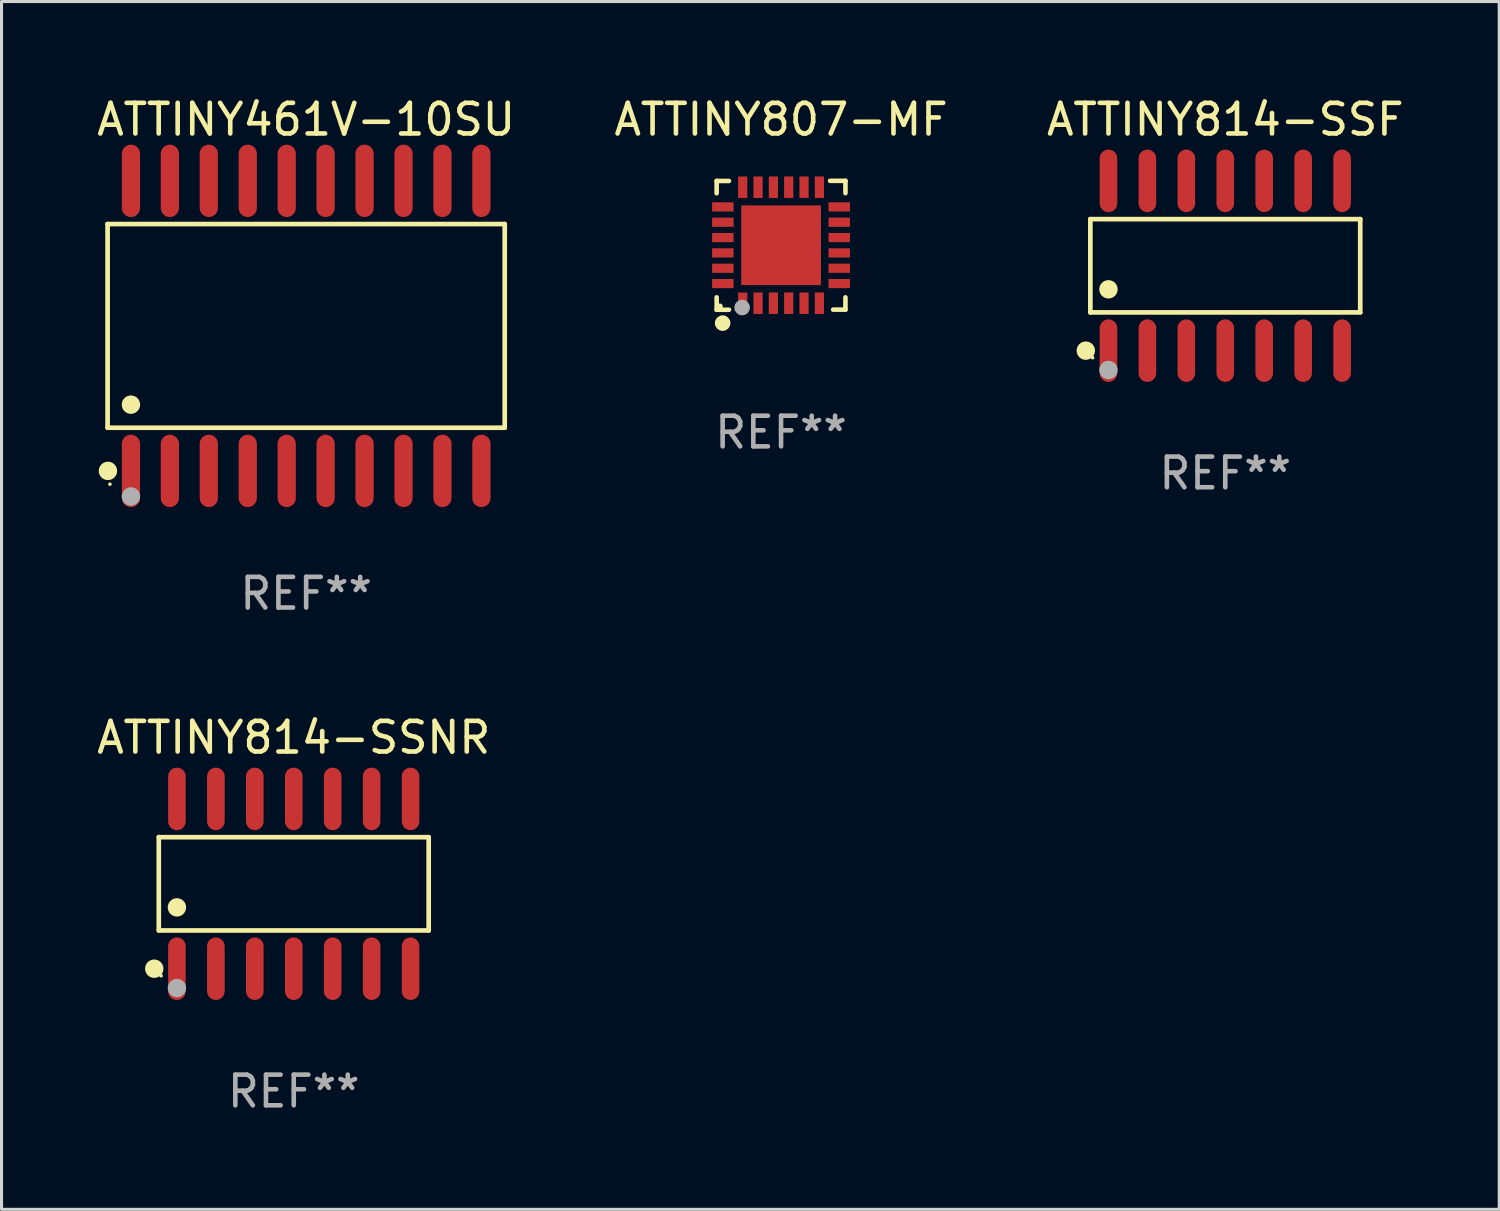
<source format=kicad_pcb>
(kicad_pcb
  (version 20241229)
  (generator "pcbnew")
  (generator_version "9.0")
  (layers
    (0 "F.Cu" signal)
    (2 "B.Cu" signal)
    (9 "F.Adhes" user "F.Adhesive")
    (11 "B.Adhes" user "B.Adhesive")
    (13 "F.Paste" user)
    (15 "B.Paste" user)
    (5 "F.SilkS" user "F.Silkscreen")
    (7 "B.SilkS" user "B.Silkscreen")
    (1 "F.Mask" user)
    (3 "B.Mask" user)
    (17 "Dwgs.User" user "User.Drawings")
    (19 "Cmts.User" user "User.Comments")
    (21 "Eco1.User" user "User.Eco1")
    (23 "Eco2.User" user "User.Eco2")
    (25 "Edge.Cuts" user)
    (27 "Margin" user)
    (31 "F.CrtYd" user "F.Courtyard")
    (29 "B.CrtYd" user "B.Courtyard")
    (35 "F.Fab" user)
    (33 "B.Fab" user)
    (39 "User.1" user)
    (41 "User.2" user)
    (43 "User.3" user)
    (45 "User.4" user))
  (footprint "ATTINY807-MF"
    (layer "F.Cu")
    (at 22.423 4.95)
    (property "Reference" "ATTINY807-MF" (at 0 -4.102 0) (layer "F.SilkS") (effects (font (size 1 1) (thickness 0.15))))
    (attr through_hole)
    (fp_line (start -2.1 -2.098) (end -1.7 -2.098) (stroke (width 0.15) (type solid)) (layer "F.SilkS"))
    (fp_line (start -2.1 -1.698) (end -2.1 -2.098) (stroke (width 0.15) (type solid)) (layer "F.SilkS"))
    (fp_line (start -2.1 2.102) (end -2.1 1.698) (stroke (width 0.15) (type solid)) (layer "F.SilkS"))
    (fp_line (start -1.7 2.102) (end -2.1 2.102) (stroke (width 0.15) (type solid)) (layer "F.SilkS"))
    (fp_line (start 1.6 -2.102) (end 2.1 -2.102) (stroke (width 0.15) (type solid)) (layer "F.SilkS"))
    (fp_line (start 1.7 2.098) (end 2.1 2.098) (stroke (width 0.15) (type solid)) (layer "F.SilkS"))
    (fp_line (start 2.1 -2.102) (end 2.1 -1.702) (stroke (width 0.15) (type solid)) (layer "F.SilkS"))
    (fp_line (start 2.1 2.098) (end 2.1 1.698) (stroke (width 0.15) (type solid)) (layer "F.SilkS"))
    (fp_circle (center -2 1.998) (end -1.95 1.998) (stroke (width 0.1) (type solid)) (fill no) (layer "F.SilkS"))
    (fp_circle (center -1.905 2.538) (end -1.778 2.538) (stroke (width 0.254) (type solid)) (fill no) (layer "F.SilkS"))
    (fp_circle (center -1.27 2.03) (end -1.143 2.03) (stroke (width 0.254) (type solid)) (fill no) (layer "F.Fab"))
    (fp_text user "REF**" (at 0 6.102 0) (layer "F.Fab") (effects (font (size 1 1) (thickness 0.15))))
    (pad "1" smd rect (at -1.25 1.89 180) (size 0.3 0.7) (layers "F.Cu" "F.Mask" "F.Paste"))
    (pad "2" smd rect (at -0.75 1.889 180) (size 0.3 0.7) (layers "F.Cu" "F.Mask" "F.Paste"))
    (pad "3" smd rect (at -0.25 1.889 180) (size 0.3 0.7) (layers "F.Cu" "F.Mask" "F.Paste"))
    (pad "4" smd rect (at 0.25 1.889 180) (size 0.3 0.7) (layers "F.Cu" "F.Mask" "F.Paste"))
    (pad "5" smd rect (at 0.75 1.889 180) (size 0.3 0.7) (layers "F.Cu" "F.Mask" "F.Paste"))
    (pad "6" smd rect (at 1.25 1.889 180) (size 0.3 0.7) (layers "F.Cu" "F.Mask" "F.Paste"))
    (pad "7" smd rect (at 1.898 1.248 270) (size 0.3 0.7) (layers "F.Cu" "F.Mask" "F.Paste"))
    (pad "8" smd rect (at 1.898 0.748 270) (size 0.3 0.7) (layers "F.Cu" "F.Mask" "F.Paste"))
    (pad "9" smd rect (at 1.898 0.248 270) (size 0.3 0.7) (layers "F.Cu" "F.Mask" "F.Paste"))
    (pad "10" smd rect (at 1.898 -0.252 270) (size 0.3 0.7) (layers "F.Cu" "F.Mask" "F.Paste"))
    (pad "11" smd rect (at 1.898 -0.752 270) (size 0.3 0.7) (layers "F.Cu" "F.Mask" "F.Paste"))
    (pad "12" smd rect (at 1.898 -1.252 270) (size 0.3 0.7) (layers "F.Cu" "F.Mask" "F.Paste"))
    (pad "13" smd rect (at 1.25 -1.894) (size 0.3 0.7) (layers "F.Cu" "F.Mask" "F.Paste"))
    (pad "14" smd rect (at 0.75 -1.894) (size 0.3 0.7) (layers "F.Cu" "F.Mask" "F.Paste"))
    (pad "15" smd rect (at 0.25 -1.894) (size 0.3 0.7) (layers "F.Cu" "F.Mask" "F.Paste"))
    (pad "16" smd rect (at -0.25 -1.894) (size 0.3 0.7) (layers "F.Cu" "F.Mask" "F.Paste"))
    (pad "17" smd rect (at -0.75 -1.894) (size 0.3 0.7) (layers "F.Cu" "F.Mask" "F.Paste"))
    (pad "18" smd rect (at -1.25 -1.894) (size 0.3 0.7) (layers "F.Cu" "F.Mask" "F.Paste"))
    (pad "19" smd rect (at -1.898 -1.252 90) (size 0.3 0.7) (layers "F.Cu" "F.Mask" "F.Paste"))
    (pad "20" smd rect (at -1.898 -0.752 90) (size 0.3 0.7) (layers "F.Cu" "F.Mask" "F.Paste"))
    (pad "21" smd rect (at -1.898 -0.252 90) (size 0.3 0.7) (layers "F.Cu" "F.Mask" "F.Paste"))
    (pad "22" smd rect (at -1.898 0.248 90) (size 0.3 0.7) (layers "F.Cu" "F.Mask" "F.Paste"))
    (pad "23" smd rect (at -1.898 0.748 90) (size 0.3 0.7) (layers "F.Cu" "F.Mask" "F.Paste"))
    (pad "24" smd rect (at -1.898 1.248 90) (size 0.3 0.7) (layers "F.Cu" "F.Mask" "F.Paste"))
    (pad "25" smd rect (at 0.001 -0.001 90) (size 2.6 2.6) (layers "F.Cu" "F.Mask" "F.Paste")))
  (footprint "ATTINY461V-10SU"
    (layer "F.Cu")
    (at 6.935 7.578)
    (property "Reference" "ATTINY461V-10SU" (at 0 -6.73 0) (layer "F.SilkS") (effects (font (size 1 1) (thickness 0.15))))
    (attr through_hole)
    (fp_line (start -6.476 -3.321) (end 6.476 -3.321) (stroke (width 0.152) (type solid)) (layer "F.SilkS"))
    (fp_line (start -6.476 3.321) (end -6.476 -3.321) (stroke (width 0.152) (type solid)) (layer "F.SilkS"))
    (fp_line (start 6.476 -3.321) (end 6.476 3.321) (stroke (width 0.152) (type solid)) (layer "F.SilkS"))
    (fp_line (start 6.476 3.321) (end -6.476 3.321) (stroke (width 0.152) (type solid)) (layer "F.SilkS"))
    (fp_circle (center -6.465 4.73) (end -6.315 4.73) (stroke (width 0.3) (type solid)) (fill no) (layer "F.SilkS"))
    (fp_circle (center -6.4 5.163) (end -6.37 5.163) (stroke (width 0.06) (type solid)) (fill no) (layer "F.SilkS"))
    (fp_circle (center -5.715 2.569) (end -5.565 2.569) (stroke (width 0.3) (type solid)) (fill no) (layer "F.SilkS"))
    (fp_circle (center -5.715 5.563) (end -5.565 5.563) (stroke (width 0.3) (type solid)) (fill no) (layer "F.Fab"))
    (fp_text user "REF**" (at 0 8.73 0) (layer "F.Fab") (effects (font (size 1 1) (thickness 0.15))))
    (pad "1" smd oval (at -5.715 4.73) (size 0.595 2.36) (layers "F.Cu" "F.Mask" "F.Paste"))
    (pad "2" smd oval (at -4.445 4.73) (size 0.595 2.36) (layers "F.Cu" "F.Mask" "F.Paste"))
    (pad "3" smd oval (at -3.175 4.73) (size 0.595 2.36) (layers "F.Cu" "F.Mask" "F.Paste"))
    (pad "4" smd oval (at -1.905 4.73) (size 0.595 2.36) (layers "F.Cu" "F.Mask" "F.Paste"))
    (pad "5" smd oval (at -0.635 4.73) (size 0.595 2.36) (layers "F.Cu" "F.Mask" "F.Paste"))
    (pad "6" smd oval (at 0.635 4.73) (size 0.595 2.36) (layers "F.Cu" "F.Mask" "F.Paste"))
    (pad "7" smd oval (at 1.905 4.73) (size 0.595 2.36) (layers "F.Cu" "F.Mask" "F.Paste"))
    (pad "8" smd oval (at 3.175 4.73) (size 0.595 2.36) (layers "F.Cu" "F.Mask" "F.Paste"))
    (pad "9" smd oval (at 4.445 4.73) (size 0.595 2.36) (layers "F.Cu" "F.Mask" "F.Paste"))
    (pad "10" smd oval (at 5.715 4.73) (size 0.595 2.36) (layers "F.Cu" "F.Mask" "F.Paste"))
    (pad "11" smd oval (at 5.715 -4.73) (size 0.595 2.36) (layers "F.Cu" "F.Mask" "F.Paste"))
    (pad "12" smd oval (at 4.445 -4.73) (size 0.595 2.36) (layers "F.Cu" "F.Mask" "F.Paste"))
    (pad "13" smd oval (at 3.175 -4.73) (size 0.595 2.36) (layers "F.Cu" "F.Mask" "F.Paste"))
    (pad "14" smd oval (at 1.905 -4.73) (size 0.595 2.36) (layers "F.Cu" "F.Mask" "F.Paste"))
    (pad "15" smd oval (at 0.635 -4.73) (size 0.595 2.36) (layers "F.Cu" "F.Mask" "F.Paste"))
    (pad "16" smd oval (at -0.635 -4.73) (size 0.595 2.36) (layers "F.Cu" "F.Mask" "F.Paste"))
    (pad "17" smd oval (at -1.905 -4.73) (size 0.595 2.36) (layers "F.Cu" "F.Mask" "F.Paste"))
    (pad "18" smd oval (at -3.175 -4.73) (size 0.595 2.36) (layers "F.Cu" "F.Mask" "F.Paste"))
    (pad "19" smd oval (at -4.445 -4.73) (size 0.595 2.36) (layers "F.Cu" "F.Mask" "F.Paste"))
    (pad "20" smd oval (at -5.715 -4.73) (size 0.595 2.36) (layers "F.Cu" "F.Mask" "F.Paste")))
  (footprint "ATTINY814-SSNR"
    (layer "F.Cu")
    (at 6.53 25.774)
    (property "Reference" "ATTINY814-SSNR" (at 0 -4.769 0) (layer "F.SilkS") (effects (font (size 1 1) (thickness 0.15))))
    (attr through_hole)
    (fp_line (start -4.401 -1.521) (end 4.401 -1.521) (stroke (width 0.152) (type solid)) (layer "F.SilkS"))
    (fp_line (start -4.401 1.521) (end -4.401 -1.521) (stroke (width 0.152) (type solid)) (layer "F.SilkS"))
    (fp_line (start 4.401 -1.521) (end 4.401 1.521) (stroke (width 0.152) (type solid)) (layer "F.SilkS"))
    (fp_line (start 4.401 1.521) (end -4.401 1.521) (stroke (width 0.152) (type solid)) (layer "F.SilkS"))
    (fp_circle (center -4.549 2.769) (end -4.399 2.769) (stroke (width 0.3) (type solid)) (fill no) (layer "F.SilkS"))
    (fp_circle (center -4.325 3) (end -4.295 3) (stroke (width 0.06) (type solid)) (fill no) (layer "F.SilkS"))
    (fp_circle (center -3.81 0.769) (end -3.66 0.769) (stroke (width 0.3) (type solid)) (fill no) (layer "F.SilkS"))
    (fp_circle (center -3.81 3.4) (end -3.66 3.4) (stroke (width 0.3) (type solid)) (fill no) (layer "F.Fab"))
    (fp_text user "REF**" (at 0 6.769 0) (layer "F.Fab") (effects (font (size 1 1) (thickness 0.15))))
    (pad "1" smd oval (at -3.81 2.769) (size 0.574 2.038) (layers "F.Cu" "F.Mask" "F.Paste"))
    (pad "2" smd oval (at -2.54 2.769) (size 0.574 2.038) (layers "F.Cu" "F.Mask" "F.Paste"))
    (pad "3" smd oval (at -1.27 2.769) (size 0.574 2.038) (layers "F.Cu" "F.Mask" "F.Paste"))
    (pad "4" smd oval (at 0 2.769) (size 0.574 2.038) (layers "F.Cu" "F.Mask" "F.Paste"))
    (pad "5" smd oval (at 1.27 2.769) (size 0.574 2.038) (layers "F.Cu" "F.Mask" "F.Paste"))
    (pad "6" smd oval (at 2.54 2.769) (size 0.574 2.038) (layers "F.Cu" "F.Mask" "F.Paste"))
    (pad "7" smd oval (at 3.81 2.769) (size 0.574 2.038) (layers "F.Cu" "F.Mask" "F.Paste"))
    (pad "8" smd oval (at 3.81 -2.769) (size 0.574 2.038) (layers "F.Cu" "F.Mask" "F.Paste"))
    (pad "9" smd oval (at 2.54 -2.769) (size 0.574 2.038) (layers "F.Cu" "F.Mask" "F.Paste"))
    (pad "10" smd oval (at 1.27 -2.769) (size 0.574 2.038) (layers "F.Cu" "F.Mask" "F.Paste"))
    (pad "11" smd oval (at 0 -2.769) (size 0.574 2.038) (layers "F.Cu" "F.Mask" "F.Paste"))
    (pad "12" smd oval (at -1.27 -2.769) (size 0.574 2.038) (layers "F.Cu" "F.Mask" "F.Paste"))
    (pad "13" smd oval (at -2.54 -2.769) (size 0.574 2.038) (layers "F.Cu" "F.Mask" "F.Paste"))
    (pad "14" smd oval (at -3.81 -2.769) (size 0.574 2.038) (layers "F.Cu" "F.Mask" "F.Paste")))
  (footprint "ATTINY814-SSF"
    (layer "F.Cu")
    (at 36.911 5.617)
    (property "Reference" "ATTINY814-SSF" (at 0 -4.769 0) (layer "F.SilkS") (effects (font (size 1 1) (thickness 0.15))))
    (attr through_hole)
    (fp_line (start -4.401 -1.521) (end 4.401 -1.521) (stroke (width 0.152) (type solid)) (layer "F.SilkS"))
    (fp_line (start -4.401 1.521) (end -4.401 -1.521) (stroke (width 0.152) (type solid)) (layer "F.SilkS"))
    (fp_line (start 4.401 -1.521) (end 4.401 1.521) (stroke (width 0.152) (type solid)) (layer "F.SilkS"))
    (fp_line (start 4.401 1.521) (end -4.401 1.521) (stroke (width 0.152) (type solid)) (layer "F.SilkS"))
    (fp_circle (center -4.549 2.769) (end -4.399 2.769) (stroke (width 0.3) (type solid)) (fill no) (layer "F.SilkS"))
    (fp_circle (center -4.325 3) (end -4.295 3) (stroke (width 0.06) (type solid)) (fill no) (layer "F.SilkS"))
    (fp_circle (center -3.81 0.769) (end -3.66 0.769) (stroke (width 0.3) (type solid)) (fill no) (layer "F.SilkS"))
    (fp_circle (center -3.81 3.4) (end -3.66 3.4) (stroke (width 0.3) (type solid)) (fill no) (layer "F.Fab"))
    (fp_text user "REF**" (at 0 6.769 0) (layer "F.Fab") (effects (font (size 1 1) (thickness 0.15))))
    (pad "1" smd oval (at -3.81 2.769) (size 0.574 2.038) (layers "F.Cu" "F.Mask" "F.Paste"))
    (pad "2" smd oval (at -2.54 2.769) (size 0.574 2.038) (layers "F.Cu" "F.Mask" "F.Paste"))
    (pad "3" smd oval (at -1.27 2.769) (size 0.574 2.038) (layers "F.Cu" "F.Mask" "F.Paste"))
    (pad "4" smd oval (at 0 2.769) (size 0.574 2.038) (layers "F.Cu" "F.Mask" "F.Paste"))
    (pad "5" smd oval (at 1.27 2.769) (size 0.574 2.038) (layers "F.Cu" "F.Mask" "F.Paste"))
    (pad "6" smd oval (at 2.54 2.769) (size 0.574 2.038) (layers "F.Cu" "F.Mask" "F.Paste"))
    (pad "7" smd oval (at 3.81 2.769) (size 0.574 2.038) (layers "F.Cu" "F.Mask" "F.Paste"))
    (pad "8" smd oval (at 3.81 -2.769) (size 0.574 2.038) (layers "F.Cu" "F.Mask" "F.Paste"))
    (pad "9" smd oval (at 2.54 -2.769) (size 0.574 2.038) (layers "F.Cu" "F.Mask" "F.Paste"))
    (pad "10" smd oval (at 1.27 -2.769) (size 0.574 2.038) (layers "F.Cu" "F.Mask" "F.Paste"))
    (pad "11" smd oval (at 0 -2.769) (size 0.574 2.038) (layers "F.Cu" "F.Mask" "F.Paste"))
    (pad "12" smd oval (at -1.27 -2.769) (size 0.574 2.038) (layers "F.Cu" "F.Mask" "F.Paste"))
    (pad "13" smd oval (at -2.54 -2.769) (size 0.574 2.038) (layers "F.Cu" "F.Mask" "F.Paste"))
    (pad "14" smd oval (at -3.81 -2.769) (size 0.574 2.038) (layers "F.Cu" "F.Mask" "F.Paste")))
  (gr_rect
    (start -3 -3)
    (end 45.845 36.391)
    (stroke (width 0.1) (type default))
    (fill no)
    (layer "Edge.Cuts")))
</source>
